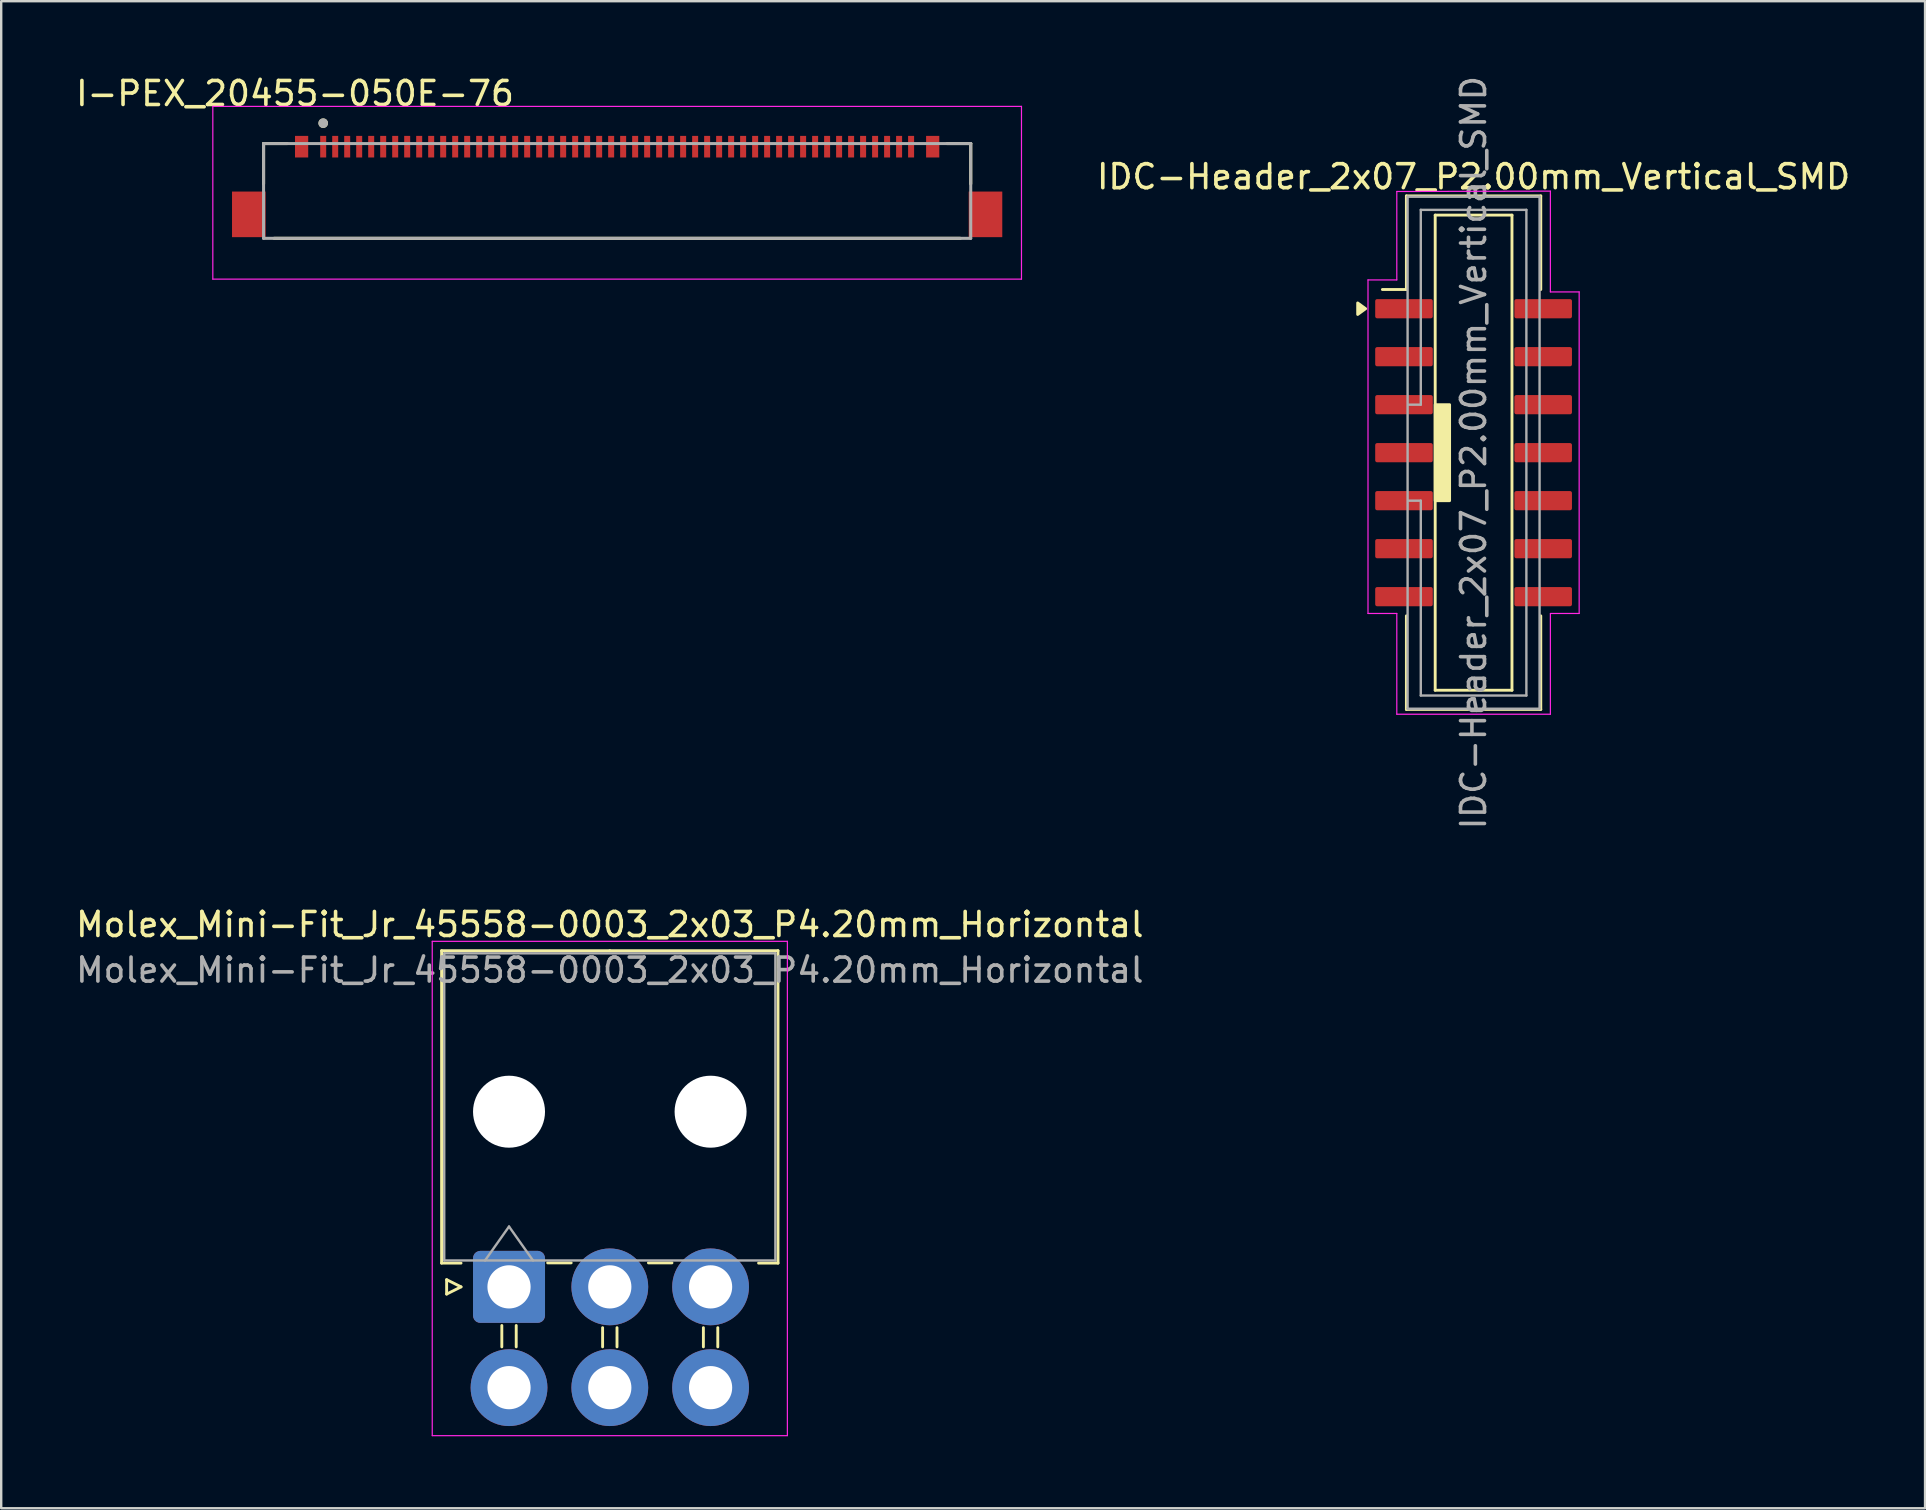
<source format=kicad_pcb>
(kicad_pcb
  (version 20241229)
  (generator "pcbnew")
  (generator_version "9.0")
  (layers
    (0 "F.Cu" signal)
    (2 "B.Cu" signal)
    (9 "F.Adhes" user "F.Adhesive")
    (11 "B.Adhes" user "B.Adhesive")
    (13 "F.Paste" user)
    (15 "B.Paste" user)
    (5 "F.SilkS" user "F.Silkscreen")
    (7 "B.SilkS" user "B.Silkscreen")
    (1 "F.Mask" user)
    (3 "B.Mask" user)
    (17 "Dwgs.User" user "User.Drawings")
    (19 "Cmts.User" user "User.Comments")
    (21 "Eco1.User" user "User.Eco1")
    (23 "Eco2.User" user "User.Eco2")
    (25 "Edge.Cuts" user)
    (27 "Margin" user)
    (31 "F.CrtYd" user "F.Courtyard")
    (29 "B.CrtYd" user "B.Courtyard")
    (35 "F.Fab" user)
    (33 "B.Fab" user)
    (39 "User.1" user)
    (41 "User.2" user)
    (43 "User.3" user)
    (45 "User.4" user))
  (footprint "I-PEX_20455-050E-76"
    (layer "F.Cu")
    (at 22.669 4.983)
    (property "Reference" "I-PEX_20455-050E-76" (at -13.425 -4.135 0) (layer "F.SilkS") (effects (font (size 1 1) (thickness 0.15))))
    (attr smd)
    (fp_line (start -14.735 -2.05) (end -14.735 -0.37) (stroke (width 0.127) (type solid)) (layer "F.SilkS"))
    (fp_line (start -14.735 -2.05) (end -13.75 -2.05) (stroke (width 0.127) (type solid)) (layer "F.SilkS"))
    (fp_line (start -14.3 1.9) (end 14.3 1.9) (stroke (width 0.127) (type solid)) (layer "F.SilkS"))
    (fp_line (start 13.75 -2.05) (end 14.735 -2.05) (stroke (width 0.127) (type solid)) (layer "F.SilkS"))
    (fp_line (start 14.735 -2.05) (end 14.735 -0.37) (stroke (width 0.127) (type solid)) (layer "F.SilkS"))
    (fp_circle (center -12.25 -2.9) (end -12.15 -2.9) (stroke (width 0.2) (type solid)) (fill no) (layer "F.SilkS"))
    (fp_line (start -16.85 -3.6) (end -16.85 3.6) (stroke (width 0.05) (type solid)) (layer "F.CrtYd"))
    (fp_line (start -16.85 3.6) (end 16.85 3.6) (stroke (width 0.05) (type solid)) (layer "F.CrtYd"))
    (fp_line (start 16.85 -3.6) (end -16.85 -3.6) (stroke (width 0.05) (type solid)) (layer "F.CrtYd"))
    (fp_line (start 16.85 3.6) (end 16.85 -3.6) (stroke (width 0.05) (type solid)) (layer "F.CrtYd"))
    (fp_line (start -14.735 -2.05) (end 14.735 -2.05) (stroke (width 0.127) (type solid)) (layer "F.Fab"))
    (fp_line (start -14.735 1.9) (end -14.735 -2.05) (stroke (width 0.127) (type solid)) (layer "F.Fab"))
    (fp_line (start 14.735 -2.05) (end 14.735 1.9) (stroke (width 0.127) (type solid)) (layer "F.Fab"))
    (fp_line (start 14.735 1.9) (end -14.735 1.9) (stroke (width 0.127) (type solid)) (layer "F.Fab"))
    (fp_circle (center -12.25 -2.9) (end -12.15 -2.9) (stroke (width 0.2) (type solid)) (fill no) (layer "F.Fab"))
    (pad "1" smd rect (at -12.25 -1.92) (size 0.25 0.9) (layers "F.Cu" "F.Mask" "F.Paste"))
    (pad "2" smd rect (at -11.75 -1.92) (size 0.25 0.9) (layers "F.Cu" "F.Mask" "F.Paste"))
    (pad "3" smd rect (at -11.25 -1.92) (size 0.25 0.9) (layers "F.Cu" "F.Mask" "F.Paste"))
    (pad "4" smd rect (at -10.75 -1.92) (size 0.25 0.9) (layers "F.Cu" "F.Mask" "F.Paste"))
    (pad "5" smd rect (at -10.25 -1.92) (size 0.25 0.9) (layers "F.Cu" "F.Mask" "F.Paste"))
    (pad "6" smd rect (at -9.75 -1.92) (size 0.25 0.9) (layers "F.Cu" "F.Mask" "F.Paste"))
    (pad "7" smd rect (at -9.25 -1.92) (size 0.25 0.9) (layers "F.Cu" "F.Mask" "F.Paste"))
    (pad "8" smd rect (at -8.75 -1.92) (size 0.25 0.9) (layers "F.Cu" "F.Mask" "F.Paste"))
    (pad "9" smd rect (at -8.25 -1.92) (size 0.25 0.9) (layers "F.Cu" "F.Mask" "F.Paste"))
    (pad "10" smd rect (at -7.75 -1.92) (size 0.25 0.9) (layers "F.Cu" "F.Mask" "F.Paste"))
    (pad "11" smd rect (at -7.25 -1.92) (size 0.25 0.9) (layers "F.Cu" "F.Mask" "F.Paste"))
    (pad "12" smd rect (at -6.75 -1.92) (size 0.25 0.9) (layers "F.Cu" "F.Mask" "F.Paste"))
    (pad "13" smd rect (at -6.25 -1.92) (size 0.25 0.9) (layers "F.Cu" "F.Mask" "F.Paste"))
    (pad "14" smd rect (at -5.75 -1.92) (size 0.25 0.9) (layers "F.Cu" "F.Mask" "F.Paste"))
    (pad "15" smd rect (at -5.25 -1.92) (size 0.25 0.9) (layers "F.Cu" "F.Mask" "F.Paste"))
    (pad "16" smd rect (at -4.75 -1.92) (size 0.25 0.9) (layers "F.Cu" "F.Mask" "F.Paste"))
    (pad "17" smd rect (at -4.25 -1.92) (size 0.25 0.9) (layers "F.Cu" "F.Mask" "F.Paste"))
    (pad "18" smd rect (at -3.75 -1.92) (size 0.25 0.9) (layers "F.Cu" "F.Mask" "F.Paste"))
    (pad "19" smd rect (at -3.25 -1.92) (size 0.25 0.9) (layers "F.Cu" "F.Mask" "F.Paste"))
    (pad "20" smd rect (at -2.75 -1.92) (size 0.25 0.9) (layers "F.Cu" "F.Mask" "F.Paste"))
    (pad "21" smd rect (at -2.25 -1.92) (size 0.25 0.9) (layers "F.Cu" "F.Mask" "F.Paste"))
    (pad "22" smd rect (at -1.75 -1.92) (size 0.25 0.9) (layers "F.Cu" "F.Mask" "F.Paste"))
    (pad "23" smd rect (at -1.25 -1.92) (size 0.25 0.9) (layers "F.Cu" "F.Mask" "F.Paste"))
    (pad "24" smd rect (at -0.75 -1.92) (size 0.25 0.9) (layers "F.Cu" "F.Mask" "F.Paste"))
    (pad "25" smd rect (at -0.25 -1.92) (size 0.25 0.9) (layers "F.Cu" "F.Mask" "F.Paste"))
    (pad "26" smd rect (at 0.25 -1.92) (size 0.25 0.9) (layers "F.Cu" "F.Mask" "F.Paste"))
    (pad "27" smd rect (at 0.75 -1.92) (size 0.25 0.9) (layers "F.Cu" "F.Mask" "F.Paste"))
    (pad "28" smd rect (at 1.25 -1.92) (size 0.25 0.9) (layers "F.Cu" "F.Mask" "F.Paste"))
    (pad "29" smd rect (at 1.75 -1.92) (size 0.25 0.9) (layers "F.Cu" "F.Mask" "F.Paste"))
    (pad "30" smd rect (at 2.25 -1.92) (size 0.25 0.9) (layers "F.Cu" "F.Mask" "F.Paste"))
    (pad "31" smd rect (at 2.75 -1.92) (size 0.25 0.9) (layers "F.Cu" "F.Mask" "F.Paste"))
    (pad "32" smd rect (at 3.25 -1.92) (size 0.25 0.9) (layers "F.Cu" "F.Mask" "F.Paste"))
    (pad "33" smd rect (at 3.75 -1.92) (size 0.25 0.9) (layers "F.Cu" "F.Mask" "F.Paste"))
    (pad "34" smd rect (at 4.25 -1.92) (size 0.25 0.9) (layers "F.Cu" "F.Mask" "F.Paste"))
    (pad "35" smd rect (at 4.75 -1.92) (size 0.25 0.9) (layers "F.Cu" "F.Mask" "F.Paste"))
    (pad "36" smd rect (at 5.25 -1.92) (size 0.25 0.9) (layers "F.Cu" "F.Mask" "F.Paste"))
    (pad "37" smd rect (at 5.75 -1.92) (size 0.25 0.9) (layers "F.Cu" "F.Mask" "F.Paste"))
    (pad "38" smd rect (at 6.25 -1.92) (size 0.25 0.9) (layers "F.Cu" "F.Mask" "F.Paste"))
    (pad "39" smd rect (at 6.75 -1.92) (size 0.25 0.9) (layers "F.Cu" "F.Mask" "F.Paste"))
    (pad "40" smd rect (at 7.25 -1.92) (size 0.25 0.9) (layers "F.Cu" "F.Mask" "F.Paste"))
    (pad "41" smd rect (at 7.75 -1.92) (size 0.25 0.9) (layers "F.Cu" "F.Mask" "F.Paste"))
    (pad "42" smd rect (at 8.25 -1.92) (size 0.25 0.9) (layers "F.Cu" "F.Mask" "F.Paste"))
    (pad "43" smd rect (at 8.75 -1.92) (size 0.25 0.9) (layers "F.Cu" "F.Mask" "F.Paste"))
    (pad "44" smd rect (at 9.25 -1.92) (size 0.25 0.9) (layers "F.Cu" "F.Mask" "F.Paste"))
    (pad "45" smd rect (at 9.75 -1.92) (size 0.25 0.9) (layers "F.Cu" "F.Mask" "F.Paste"))
    (pad "46" smd rect (at 10.25 -1.92) (size 0.25 0.9) (layers "F.Cu" "F.Mask" "F.Paste"))
    (pad "47" smd rect (at 10.75 -1.92) (size 0.25 0.9) (layers "F.Cu" "F.Mask" "F.Paste"))
    (pad "48" smd rect (at 11.25 -1.92) (size 0.25 0.9) (layers "F.Cu" "F.Mask" "F.Paste"))
    (pad "49" smd rect (at 11.75 -1.92) (size 0.25 0.9) (layers "F.Cu" "F.Mask" "F.Paste"))
    (pad "50" smd rect (at 12.25 -1.92) (size 0.25 0.9) (layers "F.Cu" "F.Mask" "F.Paste"))
    (pad "SH" smd rect (at -15.35 0.9) (size 1.4 1.9) (layers "F.Cu" "F.Mask" "F.Paste"))
    (pad "SH" smd rect (at -13.15 -1.92) (size 0.55 0.9) (layers "F.Cu" "F.Mask" "F.Paste"))
    (pad "SH" smd rect (at 13.15 -1.92) (size 0.55 0.9) (layers "F.Cu" "F.Mask" "F.Paste"))
    (pad "SH" smd rect (at 15.35 0.9) (size 1.4 1.9) (layers "F.Cu" "F.Mask" "F.Paste"))
    (zone (net_name "") (layer "F.Cu") (hatch edge 0.5) (connect_pads) (min_thickness 0.25) (filled_areas_thickness no) (keepout (tracks allowed) (vias allowed) (pads allowed) (copperpour allowed) (footprints not_allowed)) (placement (enabled no)) (fill) (polygon (pts (xy 6.069 1.633) (xy 39.269 1.633) (xy 39.269 8.333) (xy 38.719 8.333) (xy 38.719 4.933) (xy 37.319 4.933) (xy 37.319 2.613) (xy 8.019 2.613) (xy 8.019 4.933) (xy 6.619 4.933) (xy 6.619 8.333) (xy 6.069 8.333)))))
  (footprint "Molex_Mini-Fit_Jr_45558-0003_2x03_P4.20mm_Horizontal"
    (layer "F.Cu")
    (at 18.163 50.579)
    (property "Reference" "Molex_Mini-Fit_Jr_45558-0003_2x03_P4.20mm_Horizontal" (at 4.2 -15.1 0) (layer "F.SilkS") (effects (font (size 1 1) (thickness 0.15))))
    (attr through_hole)
    (fp_line (start -2.81 -14.01) (end 4.2 -14.01) (stroke (width 0.12) (type solid)) (layer "F.SilkS"))
    (fp_line (start -2.81 -0.99) (end -2.81 -14.01) (stroke (width 0.12) (type solid)) (layer "F.SilkS"))
    (fp_line (start -2.6 -0.3) (end -2 0) (stroke (width 0.12) (type solid)) (layer "F.SilkS"))
    (fp_line (start -2.6 0.3) (end -2.6 -0.3) (stroke (width 0.12) (type solid)) (layer "F.SilkS"))
    (fp_line (start -2 -0.99) (end -2.81 -0.99) (stroke (width 0.12) (type solid)) (layer "F.SilkS"))
    (fp_line (start -2 0) (end -2.6 0.3) (stroke (width 0.12) (type solid)) (layer "F.SilkS"))
    (fp_line (start -0.3 1.61) (end -0.3 2.5) (stroke (width 0.12) (type solid)) (layer "F.SilkS"))
    (fp_line (start 0.3 1.61) (end 0.3 2.5) (stroke (width 0.12) (type solid)) (layer "F.SilkS"))
    (fp_line (start 1.61 -1) (end 2.59 -1) (stroke (width 0.12) (type solid)) (layer "F.SilkS"))
    (fp_line (start 3.9 1.7) (end 3.9 2.5) (stroke (width 0.12) (type solid)) (layer "F.SilkS"))
    (fp_line (start 4.5 1.7) (end 4.5 2.5) (stroke (width 0.12) (type solid)) (layer "F.SilkS"))
    (fp_line (start 5.81 -1) (end 6.79 -1) (stroke (width 0.12) (type solid)) (layer "F.SilkS"))
    (fp_line (start 8.1 1.7) (end 8.1 2.5) (stroke (width 0.12) (type solid)) (layer "F.SilkS"))
    (fp_line (start 8.7 1.7) (end 8.7 2.5) (stroke (width 0.12) (type solid)) (layer "F.SilkS"))
    (fp_line (start 10.4 -0.99) (end 11.21 -0.99) (stroke (width 0.12) (type solid)) (layer "F.SilkS"))
    (fp_line (start 11.21 -14.01) (end 4.2 -14.01) (stroke (width 0.12) (type solid)) (layer "F.SilkS"))
    (fp_line (start 11.21 -0.99) (end 11.21 -14.01) (stroke (width 0.12) (type solid)) (layer "F.SilkS"))
    (fp_line (start -3.2 -14.4) (end -3.2 6.2) (stroke (width 0.05) (type solid)) (layer "F.CrtYd"))
    (fp_line (start -3.2 6.2) (end 11.6 6.2) (stroke (width 0.05) (type solid)) (layer "F.CrtYd"))
    (fp_line (start 11.6 -14.4) (end -3.2 -14.4) (stroke (width 0.05) (type solid)) (layer "F.CrtYd"))
    (fp_line (start 11.6 6.2) (end 11.6 -14.4) (stroke (width 0.05) (type solid)) (layer "F.CrtYd"))
    (fp_line (start -2.7 -13.9) (end -2.7 -1.1) (stroke (width 0.1) (type solid)) (layer "F.Fab"))
    (fp_line (start -2.7 -1.1) (end 11.1 -1.1) (stroke (width 0.1) (type solid)) (layer "F.Fab"))
    (fp_line (start -1 -1.1) (end 0 -2.514) (stroke (width 0.1) (type solid)) (layer "F.Fab"))
    (fp_line (start 0 -2.514) (end 1 -1.1) (stroke (width 0.1) (type solid)) (layer "F.Fab"))
    (fp_line (start 11.1 -13.9) (end -2.7 -13.9) (stroke (width 0.1) (type solid)) (layer "F.Fab"))
    (fp_line (start 11.1 -1.1) (end 11.1 -13.9) (stroke (width 0.1) (type solid)) (layer "F.Fab"))
    (fp_text user "${REFERENCE}" (at 4.2 -13.2 0) (layer "F.Fab") (effects (font (size 1 1) (thickness 0.15))))
    (pad "" np_thru_hole circle (at 0 -7.3) (size 3 3) (drill 3) (layers "*.Cu" "*.Mask"))
    (pad "" np_thru_hole circle (at 8.4 -7.3) (size 3 3) (drill 3) (layers "*.Cu" "*.Mask"))
    (pad "1" thru_hole roundrect (at 0 0) (size 3 3) (drill 1.8) (layers "*.Cu" "*.Mask") (roundrect_rratio 0.1))
    (pad "2" thru_hole circle (at 4.2 0) (size 3.2 3.2) (drill 1.8) (layers "*.Cu" "*.Mask"))
    (pad "3" thru_hole circle (at 8.4 0) (size 3.2 3.2) (drill 1.8) (layers "*.Cu" "*.Mask"))
    (pad "4" thru_hole circle (at 0 4.2) (size 3.2 3.2) (drill 1.8) (layers "*.Cu" "*.Mask"))
    (pad "5" thru_hole circle (at 4.2 4.2) (size 3.2 3.2) (drill 1.8) (layers "*.Cu" "*.Mask"))
    (pad "6" thru_hole circle (at 8.4 4.2) (size 3.2 3.2) (drill 1.8) (layers "*.Cu" "*.Mask")))
  (footprint "IDC-Header_2x07_P2.00mm_Vertical_SMD"
    (layer "F.Cu")
    (at 58.36 15.815)
    (property "Reference" "IDC-Header_2x07_P2.00mm_Vertical_SMD" (at 0 -11.5 0) (layer "F.SilkS") (effects (font (size 1 1) (thickness 0.15))))
    (attr smd)
    (fp_line (start -2.8 -10.7) (end 2.8 -10.7) (stroke (width 0.12) (type solid)) (layer "F.SilkS"))
    (fp_line (start -2.8 -6.8) (end -3.8 -6.8) (stroke (width 0.12) (type solid)) (layer "F.SilkS"))
    (fp_line (start -2.8 -6.8) (end -2.8 -10.7) (stroke (width 0.12) (type solid)) (layer "F.SilkS"))
    (fp_line (start -2.8 6.8) (end -2.8 10.7) (stroke (width 0.12) (type solid)) (layer "F.SilkS"))
    (fp_line (start -2.8 10.7) (end 2.8 10.7) (stroke (width 0.12) (type solid)) (layer "F.SilkS"))
    (fp_line (start -1.6 -9.9) (end 1.6 -9.9) (stroke (width 0.12) (type default)) (layer "F.SilkS"))
    (fp_line (start -1.6 9.9) (end -1.6 -9.9) (stroke (width 0.12) (type default)) (layer "F.SilkS"))
    (fp_line (start 1.6 -9.9) (end 1.6 9.9) (stroke (width 0.12) (type default)) (layer "F.SilkS"))
    (fp_line (start 1.6 9.9) (end -1.6 9.9) (stroke (width 0.12) (type default)) (layer "F.SilkS"))
    (fp_line (start 2.8 -6.8) (end 2.8 -10.7) (stroke (width 0.12) (type solid)) (layer "F.SilkS"))
    (fp_line (start 2.8 6.8) (end 2.8 10.7) (stroke (width 0.12) (type solid)) (layer "F.SilkS"))
    (fp_rect (start -1.6 -2) (end -1 2) (stroke (width 0.12) (type solid)) (fill yes) (layer "F.SilkS"))
    (fp_poly (pts (xy -4.5 -6) (xy -4.83 -5.76) (xy -4.83 -6.24) (xy -4.5 -6)) (stroke (width 0.12) (type solid)) (fill yes) (layer "F.SilkS"))
    (fp_line (start -4.4 -7.2) (end -4.4 6.7) (stroke (width 0.05) (type solid)) (layer "F.CrtYd"))
    (fp_line (start -4.4 6.7) (end -3.2 6.7) (stroke (width 0.05) (type solid)) (layer "F.CrtYd"))
    (fp_line (start -3.2 -10.885) (end -3.2 -7.2) (stroke (width 0.05) (type solid)) (layer "F.CrtYd"))
    (fp_line (start -3.2 -7.2) (end -4.4 -7.2) (stroke (width 0.05) (type solid)) (layer "F.CrtYd"))
    (fp_line (start -3.2 6.7) (end -3.2 10.9) (stroke (width 0.05) (type solid)) (layer "F.CrtYd"))
    (fp_line (start -3.2 10.9) (end 3.2 10.9) (stroke (width 0.05) (type solid)) (layer "F.CrtYd"))
    (fp_line (start 3.2 -10.9) (end -3.2 -10.885) (stroke (width 0.05) (type solid)) (layer "F.CrtYd"))
    (fp_line (start 3.2 -6.7) (end 3.2 -10.9) (stroke (width 0.05) (type solid)) (layer "F.CrtYd"))
    (fp_line (start 3.2 6.7) (end 4.4 6.7) (stroke (width 0.05) (type solid)) (layer "F.CrtYd"))
    (fp_line (start 3.2 10.9) (end 3.2 6.715) (stroke (width 0.05) (type solid)) (layer "F.CrtYd"))
    (fp_line (start 4.4 -6.7) (end 3.2 -6.7) (stroke (width 0.05) (type solid)) (layer "F.CrtYd"))
    (fp_line (start 4.4 6.7) (end 4.4 -6.7) (stroke (width 0.05) (type solid)) (layer "F.CrtYd"))
    (fp_line (start -2.75 -10.67) (end 2.75 -10.67) (stroke (width 0.1) (type solid)) (layer "F.Fab"))
    (fp_line (start -2.75 10.67) (end -2.75 -10.67) (stroke (width 0.1) (type solid)) (layer "F.Fab"))
    (fp_line (start -2.7 -2) (end -2.2 -2) (stroke (width 0.1) (type solid)) (layer "F.Fab"))
    (fp_line (start -2.2 -10.12) (end 2.2 -10.12) (stroke (width 0.1) (type solid)) (layer "F.Fab"))
    (fp_line (start -2.2 -2) (end -2.2 -10.12) (stroke (width 0.1) (type solid)) (layer "F.Fab"))
    (fp_line (start -2.2 2) (end -2.7 2) (stroke (width 0.1) (type solid)) (layer "F.Fab"))
    (fp_line (start -2.2 10.12) (end -2.2 2) (stroke (width 0.1) (type solid)) (layer "F.Fab"))
    (fp_line (start 2.2 -10.12) (end 2.2 10.12) (stroke (width 0.1) (type solid)) (layer "F.Fab"))
    (fp_line (start 2.2 10.12) (end -2.2 10.12) (stroke (width 0.1) (type solid)) (layer "F.Fab"))
    (fp_line (start 2.75 -10.67) (end 2.75 10.67) (stroke (width 0.1) (type solid)) (layer "F.Fab"))
    (fp_line (start 2.75 10.67) (end -2.75 10.67) (stroke (width 0.1) (type solid)) (layer "F.Fab"))
    (fp_text user "${REFERENCE}" (at 0 0 90) (layer "F.Fab") (effects (font (size 1 1) (thickness 0.15))))
    (pad "1" smd roundrect (at -2.9 -6) (size 2.4 0.8) (layers "F.Cu" "F.Mask" "F.Paste") (roundrect_rratio 0.1))
    (pad "2" smd roundrect (at 2.9 -6) (size 2.4 0.8) (layers "F.Cu" "F.Mask" "F.Paste") (roundrect_rratio 0.1))
    (pad "3" smd roundrect (at -2.9 -4) (size 2.4 0.8) (layers "F.Cu" "F.Mask" "F.Paste") (roundrect_rratio 0.1))
    (pad "4" smd roundrect (at 2.9 -4) (size 2.4 0.8) (layers "F.Cu" "F.Mask" "F.Paste") (roundrect_rratio 0.1))
    (pad "5" smd roundrect (at -2.9 -2) (size 2.4 0.8) (layers "F.Cu" "F.Mask" "F.Paste") (roundrect_rratio 0.1))
    (pad "6" smd roundrect (at 2.9 -2) (size 2.4 0.8) (layers "F.Cu" "F.Mask" "F.Paste") (roundrect_rratio 0.1))
    (pad "7" smd roundrect (at -2.9 0) (size 2.4 0.8) (layers "F.Cu" "F.Mask" "F.Paste") (roundrect_rratio 0.1))
    (pad "8" smd roundrect (at 2.9 0) (size 2.4 0.8) (layers "F.Cu" "F.Mask" "F.Paste") (roundrect_rratio 0.1))
    (pad "9" smd roundrect (at -2.9 2) (size 2.4 0.8) (layers "F.Cu" "F.Mask" "F.Paste") (roundrect_rratio 0.1))
    (pad "10" smd roundrect (at 2.9 2) (size 2.4 0.8) (layers "F.Cu" "F.Mask" "F.Paste") (roundrect_rratio 0.1))
    (pad "11" smd roundrect (at -2.9 4) (size 2.4 0.8) (layers "F.Cu" "F.Mask" "F.Paste") (roundrect_rratio 0.1))
    (pad "12" smd roundrect (at 2.9 4) (size 2.4 0.8) (layers "F.Cu" "F.Mask" "F.Paste") (roundrect_rratio 0.1))
    (pad "13" smd roundrect (at -2.9 6) (size 2.4 0.8) (layers "F.Cu" "F.Mask" "F.Paste") (roundrect_rratio 0.1))
    (pad "14" smd roundrect (at 2.9 6) (size 2.4 0.8) (layers "F.Cu" "F.Mask" "F.Paste") (roundrect_rratio 0.1)))
  (gr_rect
    (start -3 -3)
    (end 77.175 59.804)
    (stroke (width 0.1) (type default))
    (fill no)
    (layer "Edge.Cuts")))
</source>
